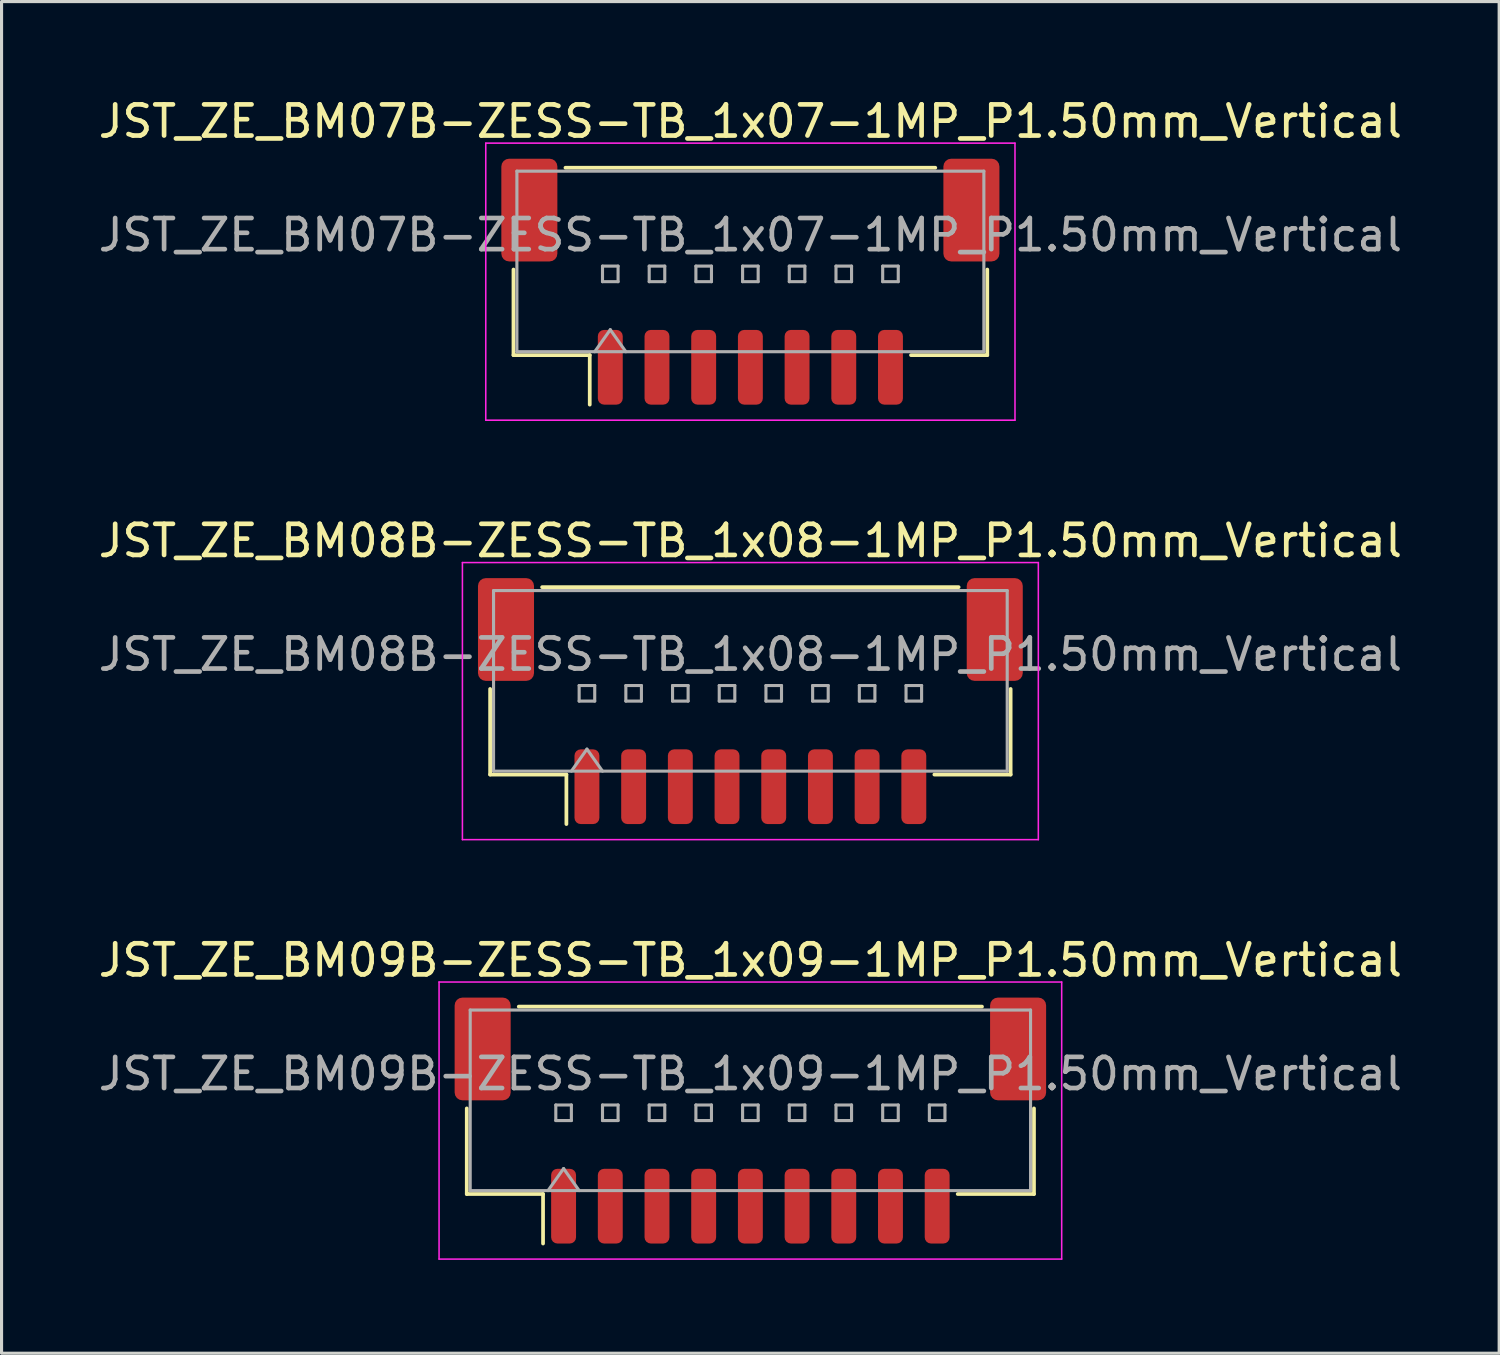
<source format=kicad_pcb>
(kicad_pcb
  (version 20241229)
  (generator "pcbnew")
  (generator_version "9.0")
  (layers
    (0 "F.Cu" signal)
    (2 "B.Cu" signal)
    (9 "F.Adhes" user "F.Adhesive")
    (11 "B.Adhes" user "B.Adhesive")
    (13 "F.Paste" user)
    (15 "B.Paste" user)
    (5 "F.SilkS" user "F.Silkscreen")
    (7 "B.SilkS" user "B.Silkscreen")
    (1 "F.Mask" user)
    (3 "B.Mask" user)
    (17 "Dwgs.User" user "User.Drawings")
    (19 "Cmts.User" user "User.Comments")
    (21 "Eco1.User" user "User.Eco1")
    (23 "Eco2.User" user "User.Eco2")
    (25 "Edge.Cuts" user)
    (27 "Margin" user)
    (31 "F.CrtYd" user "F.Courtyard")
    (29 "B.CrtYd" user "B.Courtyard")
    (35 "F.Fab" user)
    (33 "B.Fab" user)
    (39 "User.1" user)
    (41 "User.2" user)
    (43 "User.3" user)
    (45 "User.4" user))
  (footprint "JST_ZE_BM07B-ZESS-TB_1x07-1MP_P1.50mm_Vertical"
    (layer "F.Cu")
    (at 21.054 5.998)
    (property "Reference" "JST_ZE_BM07B-ZESS-TB_1x07-1MP_P1.50mm_Vertical" (at 0 -5.15 0) (layer "F.SilkS") (effects (font (size 1 1) (thickness 0.15))))
    (attr smd)
    (fp_line (start -7.61 -0.39) (end -7.61 2.36) (stroke (width 0.12) (type solid)) (layer "F.SilkS"))
    (fp_line (start -7.61 2.36) (end -5.16 2.36) (stroke (width 0.12) (type solid)) (layer "F.SilkS"))
    (fp_line (start -5.94 -3.66) (end 5.94 -3.66) (stroke (width 0.12) (type solid)) (layer "F.SilkS"))
    (fp_line (start -5.16 2.36) (end -5.16 3.95) (stroke (width 0.12) (type solid)) (layer "F.SilkS"))
    (fp_line (start 7.61 -0.39) (end 7.61 2.36) (stroke (width 0.12) (type solid)) (layer "F.SilkS"))
    (fp_line (start 7.61 2.36) (end 5.16 2.36) (stroke (width 0.12) (type solid)) (layer "F.SilkS"))
    (fp_line (start -8.5 -4.45) (end -8.5 4.45) (stroke (width 0.05) (type solid)) (layer "F.CrtYd"))
    (fp_line (start -8.5 4.45) (end 8.5 4.45) (stroke (width 0.05) (type solid)) (layer "F.CrtYd"))
    (fp_line (start 8.5 -4.45) (end -8.5 -4.45) (stroke (width 0.05) (type solid)) (layer "F.CrtYd"))
    (fp_line (start 8.5 4.45) (end 8.5 -4.45) (stroke (width 0.05) (type solid)) (layer "F.CrtYd"))
    (fp_line (start -7.5 -3.55) (end 7.5 -3.55) (stroke (width 0.1) (type solid)) (layer "F.Fab"))
    (fp_line (start -7.5 2.25) (end -7.5 -3.55) (stroke (width 0.1) (type solid)) (layer "F.Fab"))
    (fp_line (start -7.5 2.25) (end 7.5 2.25) (stroke (width 0.1) (type solid)) (layer "F.Fab"))
    (fp_line (start -5 2.25) (end -4.5 1.543) (stroke (width 0.1) (type solid)) (layer "F.Fab"))
    (fp_line (start -4.75 -0.5) (end -4.75 0) (stroke (width 0.1) (type solid)) (layer "F.Fab"))
    (fp_line (start -4.75 0) (end -4.25 0) (stroke (width 0.1) (type solid)) (layer "F.Fab"))
    (fp_line (start -4.5 1.543) (end -4 2.25) (stroke (width 0.1) (type solid)) (layer "F.Fab"))
    (fp_line (start -4.25 -0.5) (end -4.75 -0.5) (stroke (width 0.1) (type solid)) (layer "F.Fab"))
    (fp_line (start -4.25 0) (end -4.25 -0.5) (stroke (width 0.1) (type solid)) (layer "F.Fab"))
    (fp_line (start -3.25 -0.5) (end -3.25 0) (stroke (width 0.1) (type solid)) (layer "F.Fab"))
    (fp_line (start -3.25 0) (end -2.75 0) (stroke (width 0.1) (type solid)) (layer "F.Fab"))
    (fp_line (start -2.75 -0.5) (end -3.25 -0.5) (stroke (width 0.1) (type solid)) (layer "F.Fab"))
    (fp_line (start -2.75 0) (end -2.75 -0.5) (stroke (width 0.1) (type solid)) (layer "F.Fab"))
    (fp_line (start -1.75 -0.5) (end -1.75 0) (stroke (width 0.1) (type solid)) (layer "F.Fab"))
    (fp_line (start -1.75 0) (end -1.25 0) (stroke (width 0.1) (type solid)) (layer "F.Fab"))
    (fp_line (start -1.25 -0.5) (end -1.75 -0.5) (stroke (width 0.1) (type solid)) (layer "F.Fab"))
    (fp_line (start -1.25 0) (end -1.25 -0.5) (stroke (width 0.1) (type solid)) (layer "F.Fab"))
    (fp_line (start -0.25 -0.5) (end -0.25 0) (stroke (width 0.1) (type solid)) (layer "F.Fab"))
    (fp_line (start -0.25 0) (end 0.25 0) (stroke (width 0.1) (type solid)) (layer "F.Fab"))
    (fp_line (start 0.25 -0.5) (end -0.25 -0.5) (stroke (width 0.1) (type solid)) (layer "F.Fab"))
    (fp_line (start 0.25 0) (end 0.25 -0.5) (stroke (width 0.1) (type solid)) (layer "F.Fab"))
    (fp_line (start 1.25 -0.5) (end 1.25 0) (stroke (width 0.1) (type solid)) (layer "F.Fab"))
    (fp_line (start 1.25 0) (end 1.75 0) (stroke (width 0.1) (type solid)) (layer "F.Fab"))
    (fp_line (start 1.75 -0.5) (end 1.25 -0.5) (stroke (width 0.1) (type solid)) (layer "F.Fab"))
    (fp_line (start 1.75 0) (end 1.75 -0.5) (stroke (width 0.1) (type solid)) (layer "F.Fab"))
    (fp_line (start 2.75 -0.5) (end 2.75 0) (stroke (width 0.1) (type solid)) (layer "F.Fab"))
    (fp_line (start 2.75 0) (end 3.25 0) (stroke (width 0.1) (type solid)) (layer "F.Fab"))
    (fp_line (start 3.25 -0.5) (end 2.75 -0.5) (stroke (width 0.1) (type solid)) (layer "F.Fab"))
    (fp_line (start 3.25 0) (end 3.25 -0.5) (stroke (width 0.1) (type solid)) (layer "F.Fab"))
    (fp_line (start 4.25 -0.5) (end 4.25 0) (stroke (width 0.1) (type solid)) (layer "F.Fab"))
    (fp_line (start 4.25 0) (end 4.75 0) (stroke (width 0.1) (type solid)) (layer "F.Fab"))
    (fp_line (start 4.75 -0.5) (end 4.25 -0.5) (stroke (width 0.1) (type solid)) (layer "F.Fab"))
    (fp_line (start 4.75 0) (end 4.75 -0.5) (stroke (width 0.1) (type solid)) (layer "F.Fab"))
    (fp_line (start 7.5 2.25) (end 7.5 -3.55) (stroke (width 0.1) (type solid)) (layer "F.Fab"))
    (fp_text user "${REFERENCE}" (at 0 -1.5 0) (layer "F.Fab") (effects (font (size 1 1) (thickness 0.15))))
    (pad "1" smd roundrect (at -4.5 2.75) (size 0.8 2.4) (layers "F.Cu" "F.Mask" "F.Paste") (roundrect_rratio 0.25))
    (pad "2" smd roundrect (at -3 2.75) (size 0.8 2.4) (layers "F.Cu" "F.Mask" "F.Paste") (roundrect_rratio 0.25))
    (pad "3" smd roundrect (at -1.5 2.75) (size 0.8 2.4) (layers "F.Cu" "F.Mask" "F.Paste") (roundrect_rratio 0.25))
    (pad "4" smd roundrect (at 0 2.75) (size 0.8 2.4) (layers "F.Cu" "F.Mask" "F.Paste") (roundrect_rratio 0.25))
    (pad "5" smd roundrect (at 1.5 2.75) (size 0.8 2.4) (layers "F.Cu" "F.Mask" "F.Paste") (roundrect_rratio 0.25))
    (pad "6" smd roundrect (at 3 2.75) (size 0.8 2.4) (layers "F.Cu" "F.Mask" "F.Paste") (roundrect_rratio 0.25))
    (pad "7" smd roundrect (at 4.5 2.75) (size 0.8 2.4) (layers "F.Cu" "F.Mask" "F.Paste") (roundrect_rratio 0.25))
    (pad "MP" smd roundrect (at -7.1 -2.3) (size 1.8 3.3) (layers "F.Cu" "F.Mask" "F.Paste") (roundrect_rratio 0.139))
    (pad "MP" smd roundrect (at 7.1 -2.3) (size 1.8 3.3) (layers "F.Cu" "F.Mask" "F.Paste") (roundrect_rratio 0.139)))
  (footprint "JST_ZE_BM08B-ZESS-TB_1x08-1MP_P1.50mm_Vertical"
    (layer "F.Cu")
    (at 21.054 19.471)
    (property "Reference" "JST_ZE_BM08B-ZESS-TB_1x08-1MP_P1.50mm_Vertical" (at 0 -5.15 0) (layer "F.SilkS") (effects (font (size 1 1) (thickness 0.15))))
    (attr smd)
    (fp_line (start -8.36 -0.39) (end -8.36 2.36) (stroke (width 0.12) (type solid)) (layer "F.SilkS"))
    (fp_line (start -8.36 2.36) (end -5.91 2.36) (stroke (width 0.12) (type solid)) (layer "F.SilkS"))
    (fp_line (start -6.69 -3.66) (end 6.69 -3.66) (stroke (width 0.12) (type solid)) (layer "F.SilkS"))
    (fp_line (start -5.91 2.36) (end -5.91 3.95) (stroke (width 0.12) (type solid)) (layer "F.SilkS"))
    (fp_line (start 8.36 -0.39) (end 8.36 2.36) (stroke (width 0.12) (type solid)) (layer "F.SilkS"))
    (fp_line (start 8.36 2.36) (end 5.91 2.36) (stroke (width 0.12) (type solid)) (layer "F.SilkS"))
    (fp_line (start -9.25 -4.45) (end -9.25 4.45) (stroke (width 0.05) (type solid)) (layer "F.CrtYd"))
    (fp_line (start -9.25 4.45) (end 9.25 4.45) (stroke (width 0.05) (type solid)) (layer "F.CrtYd"))
    (fp_line (start 9.25 -4.45) (end -9.25 -4.45) (stroke (width 0.05) (type solid)) (layer "F.CrtYd"))
    (fp_line (start 9.25 4.45) (end 9.25 -4.45) (stroke (width 0.05) (type solid)) (layer "F.CrtYd"))
    (fp_line (start -8.25 -3.55) (end 8.25 -3.55) (stroke (width 0.1) (type solid)) (layer "F.Fab"))
    (fp_line (start -8.25 2.25) (end -8.25 -3.55) (stroke (width 0.1) (type solid)) (layer "F.Fab"))
    (fp_line (start -8.25 2.25) (end 8.25 2.25) (stroke (width 0.1) (type solid)) (layer "F.Fab"))
    (fp_line (start -5.75 2.25) (end -5.25 1.543) (stroke (width 0.1) (type solid)) (layer "F.Fab"))
    (fp_line (start -5.5 -0.5) (end -5.5 0) (stroke (width 0.1) (type solid)) (layer "F.Fab"))
    (fp_line (start -5.5 0) (end -5 0) (stroke (width 0.1) (type solid)) (layer "F.Fab"))
    (fp_line (start -5.25 1.543) (end -4.75 2.25) (stroke (width 0.1) (type solid)) (layer "F.Fab"))
    (fp_line (start -5 -0.5) (end -5.5 -0.5) (stroke (width 0.1) (type solid)) (layer "F.Fab"))
    (fp_line (start -5 0) (end -5 -0.5) (stroke (width 0.1) (type solid)) (layer "F.Fab"))
    (fp_line (start -4 -0.5) (end -4 0) (stroke (width 0.1) (type solid)) (layer "F.Fab"))
    (fp_line (start -4 0) (end -3.5 0) (stroke (width 0.1) (type solid)) (layer "F.Fab"))
    (fp_line (start -3.5 -0.5) (end -4 -0.5) (stroke (width 0.1) (type solid)) (layer "F.Fab"))
    (fp_line (start -3.5 0) (end -3.5 -0.5) (stroke (width 0.1) (type solid)) (layer "F.Fab"))
    (fp_line (start -2.5 -0.5) (end -2.5 0) (stroke (width 0.1) (type solid)) (layer "F.Fab"))
    (fp_line (start -2.5 0) (end -2 0) (stroke (width 0.1) (type solid)) (layer "F.Fab"))
    (fp_line (start -2 -0.5) (end -2.5 -0.5) (stroke (width 0.1) (type solid)) (layer "F.Fab"))
    (fp_line (start -2 0) (end -2 -0.5) (stroke (width 0.1) (type solid)) (layer "F.Fab"))
    (fp_line (start -1 -0.5) (end -1 0) (stroke (width 0.1) (type solid)) (layer "F.Fab"))
    (fp_line (start -1 0) (end -0.5 0) (stroke (width 0.1) (type solid)) (layer "F.Fab"))
    (fp_line (start -0.5 -0.5) (end -1 -0.5) (stroke (width 0.1) (type solid)) (layer "F.Fab"))
    (fp_line (start -0.5 0) (end -0.5 -0.5) (stroke (width 0.1) (type solid)) (layer "F.Fab"))
    (fp_line (start 0.5 -0.5) (end 0.5 0) (stroke (width 0.1) (type solid)) (layer "F.Fab"))
    (fp_line (start 0.5 0) (end 1 0) (stroke (width 0.1) (type solid)) (layer "F.Fab"))
    (fp_line (start 1 -0.5) (end 0.5 -0.5) (stroke (width 0.1) (type solid)) (layer "F.Fab"))
    (fp_line (start 1 0) (end 1 -0.5) (stroke (width 0.1) (type solid)) (layer "F.Fab"))
    (fp_line (start 2 -0.5) (end 2 0) (stroke (width 0.1) (type solid)) (layer "F.Fab"))
    (fp_line (start 2 0) (end 2.5 0) (stroke (width 0.1) (type solid)) (layer "F.Fab"))
    (fp_line (start 2.5 -0.5) (end 2 -0.5) (stroke (width 0.1) (type solid)) (layer "F.Fab"))
    (fp_line (start 2.5 0) (end 2.5 -0.5) (stroke (width 0.1) (type solid)) (layer "F.Fab"))
    (fp_line (start 3.5 -0.5) (end 3.5 0) (stroke (width 0.1) (type solid)) (layer "F.Fab"))
    (fp_line (start 3.5 0) (end 4 0) (stroke (width 0.1) (type solid)) (layer "F.Fab"))
    (fp_line (start 4 -0.5) (end 3.5 -0.5) (stroke (width 0.1) (type solid)) (layer "F.Fab"))
    (fp_line (start 4 0) (end 4 -0.5) (stroke (width 0.1) (type solid)) (layer "F.Fab"))
    (fp_line (start 5 -0.5) (end 5 0) (stroke (width 0.1) (type solid)) (layer "F.Fab"))
    (fp_line (start 5 0) (end 5.5 0) (stroke (width 0.1) (type solid)) (layer "F.Fab"))
    (fp_line (start 5.5 -0.5) (end 5 -0.5) (stroke (width 0.1) (type solid)) (layer "F.Fab"))
    (fp_line (start 5.5 0) (end 5.5 -0.5) (stroke (width 0.1) (type solid)) (layer "F.Fab"))
    (fp_line (start 8.25 2.25) (end 8.25 -3.55) (stroke (width 0.1) (type solid)) (layer "F.Fab"))
    (fp_text user "${REFERENCE}" (at 0 -1.5 0) (layer "F.Fab") (effects (font (size 1 1) (thickness 0.15))))
    (pad "1" smd roundrect (at -5.25 2.75) (size 0.8 2.4) (layers "F.Cu" "F.Mask" "F.Paste") (roundrect_rratio 0.25))
    (pad "2" smd roundrect (at -3.75 2.75) (size 0.8 2.4) (layers "F.Cu" "F.Mask" "F.Paste") (roundrect_rratio 0.25))
    (pad "3" smd roundrect (at -2.25 2.75) (size 0.8 2.4) (layers "F.Cu" "F.Mask" "F.Paste") (roundrect_rratio 0.25))
    (pad "4" smd roundrect (at -0.75 2.75) (size 0.8 2.4) (layers "F.Cu" "F.Mask" "F.Paste") (roundrect_rratio 0.25))
    (pad "5" smd roundrect (at 0.75 2.75) (size 0.8 2.4) (layers "F.Cu" "F.Mask" "F.Paste") (roundrect_rratio 0.25))
    (pad "6" smd roundrect (at 2.25 2.75) (size 0.8 2.4) (layers "F.Cu" "F.Mask" "F.Paste") (roundrect_rratio 0.25))
    (pad "7" smd roundrect (at 3.75 2.75) (size 0.8 2.4) (layers "F.Cu" "F.Mask" "F.Paste") (roundrect_rratio 0.25))
    (pad "8" smd roundrect (at 5.25 2.75) (size 0.8 2.4) (layers "F.Cu" "F.Mask" "F.Paste") (roundrect_rratio 0.25))
    (pad "MP" smd roundrect (at -7.85 -2.3) (size 1.8 3.3) (layers "F.Cu" "F.Mask" "F.Paste") (roundrect_rratio 0.139))
    (pad "MP" smd roundrect (at 7.85 -2.3) (size 1.8 3.3) (layers "F.Cu" "F.Mask" "F.Paste") (roundrect_rratio 0.139)))
  (footprint "JST_ZE_BM09B-ZESS-TB_1x09-1MP_P1.50mm_Vertical"
    (layer "F.Cu")
    (at 21.054 32.945)
    (property "Reference" "JST_ZE_BM09B-ZESS-TB_1x09-1MP_P1.50mm_Vertical" (at 0 -5.15 0) (layer "F.SilkS") (effects (font (size 1 1) (thickness 0.15))))
    (attr smd)
    (fp_line (start -9.11 -0.39) (end -9.11 2.36) (stroke (width 0.12) (type solid)) (layer "F.SilkS"))
    (fp_line (start -9.11 2.36) (end -6.66 2.36) (stroke (width 0.12) (type solid)) (layer "F.SilkS"))
    (fp_line (start -7.44 -3.66) (end 7.44 -3.66) (stroke (width 0.12) (type solid)) (layer "F.SilkS"))
    (fp_line (start -6.66 2.36) (end -6.66 3.95) (stroke (width 0.12) (type solid)) (layer "F.SilkS"))
    (fp_line (start 9.11 -0.39) (end 9.11 2.36) (stroke (width 0.12) (type solid)) (layer "F.SilkS"))
    (fp_line (start 9.11 2.36) (end 6.66 2.36) (stroke (width 0.12) (type solid)) (layer "F.SilkS"))
    (fp_line (start -10 -4.45) (end -10 4.45) (stroke (width 0.05) (type solid)) (layer "F.CrtYd"))
    (fp_line (start -10 4.45) (end 10 4.45) (stroke (width 0.05) (type solid)) (layer "F.CrtYd"))
    (fp_line (start 10 -4.45) (end -10 -4.45) (stroke (width 0.05) (type solid)) (layer "F.CrtYd"))
    (fp_line (start 10 4.45) (end 10 -4.45) (stroke (width 0.05) (type solid)) (layer "F.CrtYd"))
    (fp_line (start -9 -3.55) (end 9 -3.55) (stroke (width 0.1) (type solid)) (layer "F.Fab"))
    (fp_line (start -9 2.25) (end -9 -3.55) (stroke (width 0.1) (type solid)) (layer "F.Fab"))
    (fp_line (start -9 2.25) (end 9 2.25) (stroke (width 0.1) (type solid)) (layer "F.Fab"))
    (fp_line (start -6.5 2.25) (end -6 1.543) (stroke (width 0.1) (type solid)) (layer "F.Fab"))
    (fp_line (start -6.25 -0.5) (end -6.25 0) (stroke (width 0.1) (type solid)) (layer "F.Fab"))
    (fp_line (start -6.25 0) (end -5.75 0) (stroke (width 0.1) (type solid)) (layer "F.Fab"))
    (fp_line (start -6 1.543) (end -5.5 2.25) (stroke (width 0.1) (type solid)) (layer "F.Fab"))
    (fp_line (start -5.75 -0.5) (end -6.25 -0.5) (stroke (width 0.1) (type solid)) (layer "F.Fab"))
    (fp_line (start -5.75 0) (end -5.75 -0.5) (stroke (width 0.1) (type solid)) (layer "F.Fab"))
    (fp_line (start -4.75 -0.5) (end -4.75 0) (stroke (width 0.1) (type solid)) (layer "F.Fab"))
    (fp_line (start -4.75 0) (end -4.25 0) (stroke (width 0.1) (type solid)) (layer "F.Fab"))
    (fp_line (start -4.25 -0.5) (end -4.75 -0.5) (stroke (width 0.1) (type solid)) (layer "F.Fab"))
    (fp_line (start -4.25 0) (end -4.25 -0.5) (stroke (width 0.1) (type solid)) (layer "F.Fab"))
    (fp_line (start -3.25 -0.5) (end -3.25 0) (stroke (width 0.1) (type solid)) (layer "F.Fab"))
    (fp_line (start -3.25 0) (end -2.75 0) (stroke (width 0.1) (type solid)) (layer "F.Fab"))
    (fp_line (start -2.75 -0.5) (end -3.25 -0.5) (stroke (width 0.1) (type solid)) (layer "F.Fab"))
    (fp_line (start -2.75 0) (end -2.75 -0.5) (stroke (width 0.1) (type solid)) (layer "F.Fab"))
    (fp_line (start -1.75 -0.5) (end -1.75 0) (stroke (width 0.1) (type solid)) (layer "F.Fab"))
    (fp_line (start -1.75 0) (end -1.25 0) (stroke (width 0.1) (type solid)) (layer "F.Fab"))
    (fp_line (start -1.25 -0.5) (end -1.75 -0.5) (stroke (width 0.1) (type solid)) (layer "F.Fab"))
    (fp_line (start -1.25 0) (end -1.25 -0.5) (stroke (width 0.1) (type solid)) (layer "F.Fab"))
    (fp_line (start -0.25 -0.5) (end -0.25 0) (stroke (width 0.1) (type solid)) (layer "F.Fab"))
    (fp_line (start -0.25 0) (end 0.25 0) (stroke (width 0.1) (type solid)) (layer "F.Fab"))
    (fp_line (start 0.25 -0.5) (end -0.25 -0.5) (stroke (width 0.1) (type solid)) (layer "F.Fab"))
    (fp_line (start 0.25 0) (end 0.25 -0.5) (stroke (width 0.1) (type solid)) (layer "F.Fab"))
    (fp_line (start 1.25 -0.5) (end 1.25 0) (stroke (width 0.1) (type solid)) (layer "F.Fab"))
    (fp_line (start 1.25 0) (end 1.75 0) (stroke (width 0.1) (type solid)) (layer "F.Fab"))
    (fp_line (start 1.75 -0.5) (end 1.25 -0.5) (stroke (width 0.1) (type solid)) (layer "F.Fab"))
    (fp_line (start 1.75 0) (end 1.75 -0.5) (stroke (width 0.1) (type solid)) (layer "F.Fab"))
    (fp_line (start 2.75 -0.5) (end 2.75 0) (stroke (width 0.1) (type solid)) (layer "F.Fab"))
    (fp_line (start 2.75 0) (end 3.25 0) (stroke (width 0.1) (type solid)) (layer "F.Fab"))
    (fp_line (start 3.25 -0.5) (end 2.75 -0.5) (stroke (width 0.1) (type solid)) (layer "F.Fab"))
    (fp_line (start 3.25 0) (end 3.25 -0.5) (stroke (width 0.1) (type solid)) (layer "F.Fab"))
    (fp_line (start 4.25 -0.5) (end 4.25 0) (stroke (width 0.1) (type solid)) (layer "F.Fab"))
    (fp_line (start 4.25 0) (end 4.75 0) (stroke (width 0.1) (type solid)) (layer "F.Fab"))
    (fp_line (start 4.75 -0.5) (end 4.25 -0.5) (stroke (width 0.1) (type solid)) (layer "F.Fab"))
    (fp_line (start 4.75 0) (end 4.75 -0.5) (stroke (width 0.1) (type solid)) (layer "F.Fab"))
    (fp_line (start 5.75 -0.5) (end 5.75 0) (stroke (width 0.1) (type solid)) (layer "F.Fab"))
    (fp_line (start 5.75 0) (end 6.25 0) (stroke (width 0.1) (type solid)) (layer "F.Fab"))
    (fp_line (start 6.25 -0.5) (end 5.75 -0.5) (stroke (width 0.1) (type solid)) (layer "F.Fab"))
    (fp_line (start 6.25 0) (end 6.25 -0.5) (stroke (width 0.1) (type solid)) (layer "F.Fab"))
    (fp_line (start 9 2.25) (end 9 -3.55) (stroke (width 0.1) (type solid)) (layer "F.Fab"))
    (fp_text user "${REFERENCE}" (at 0 -1.5 0) (layer "F.Fab") (effects (font (size 1 1) (thickness 0.15))))
    (pad "1" smd roundrect (at -6 2.75) (size 0.8 2.4) (layers "F.Cu" "F.Mask" "F.Paste") (roundrect_rratio 0.25))
    (pad "2" smd roundrect (at -4.5 2.75) (size 0.8 2.4) (layers "F.Cu" "F.Mask" "F.Paste") (roundrect_rratio 0.25))
    (pad "3" smd roundrect (at -3 2.75) (size 0.8 2.4) (layers "F.Cu" "F.Mask" "F.Paste") (roundrect_rratio 0.25))
    (pad "4" smd roundrect (at -1.5 2.75) (size 0.8 2.4) (layers "F.Cu" "F.Mask" "F.Paste") (roundrect_rratio 0.25))
    (pad "5" smd roundrect (at 0 2.75) (size 0.8 2.4) (layers "F.Cu" "F.Mask" "F.Paste") (roundrect_rratio 0.25))
    (pad "6" smd roundrect (at 1.5 2.75) (size 0.8 2.4) (layers "F.Cu" "F.Mask" "F.Paste") (roundrect_rratio 0.25))
    (pad "7" smd roundrect (at 3 2.75) (size 0.8 2.4) (layers "F.Cu" "F.Mask" "F.Paste") (roundrect_rratio 0.25))
    (pad "8" smd roundrect (at 4.5 2.75) (size 0.8 2.4) (layers "F.Cu" "F.Mask" "F.Paste") (roundrect_rratio 0.25))
    (pad "9" smd roundrect (at 6 2.75) (size 0.8 2.4) (layers "F.Cu" "F.Mask" "F.Paste") (roundrect_rratio 0.25))
    (pad "MP" smd roundrect (at -8.6 -2.3) (size 1.8 3.3) (layers "F.Cu" "F.Mask" "F.Paste") (roundrect_rratio 0.139))
    (pad "MP" smd roundrect (at 8.6 -2.3) (size 1.8 3.3) (layers "F.Cu" "F.Mask" "F.Paste") (roundrect_rratio 0.139)))
  (gr_rect
    (start -3 -3)
    (end 45.107 40.42)
    (stroke (width 0.1) (type default))
    (fill no)
    (layer "Edge.Cuts")))
</source>
